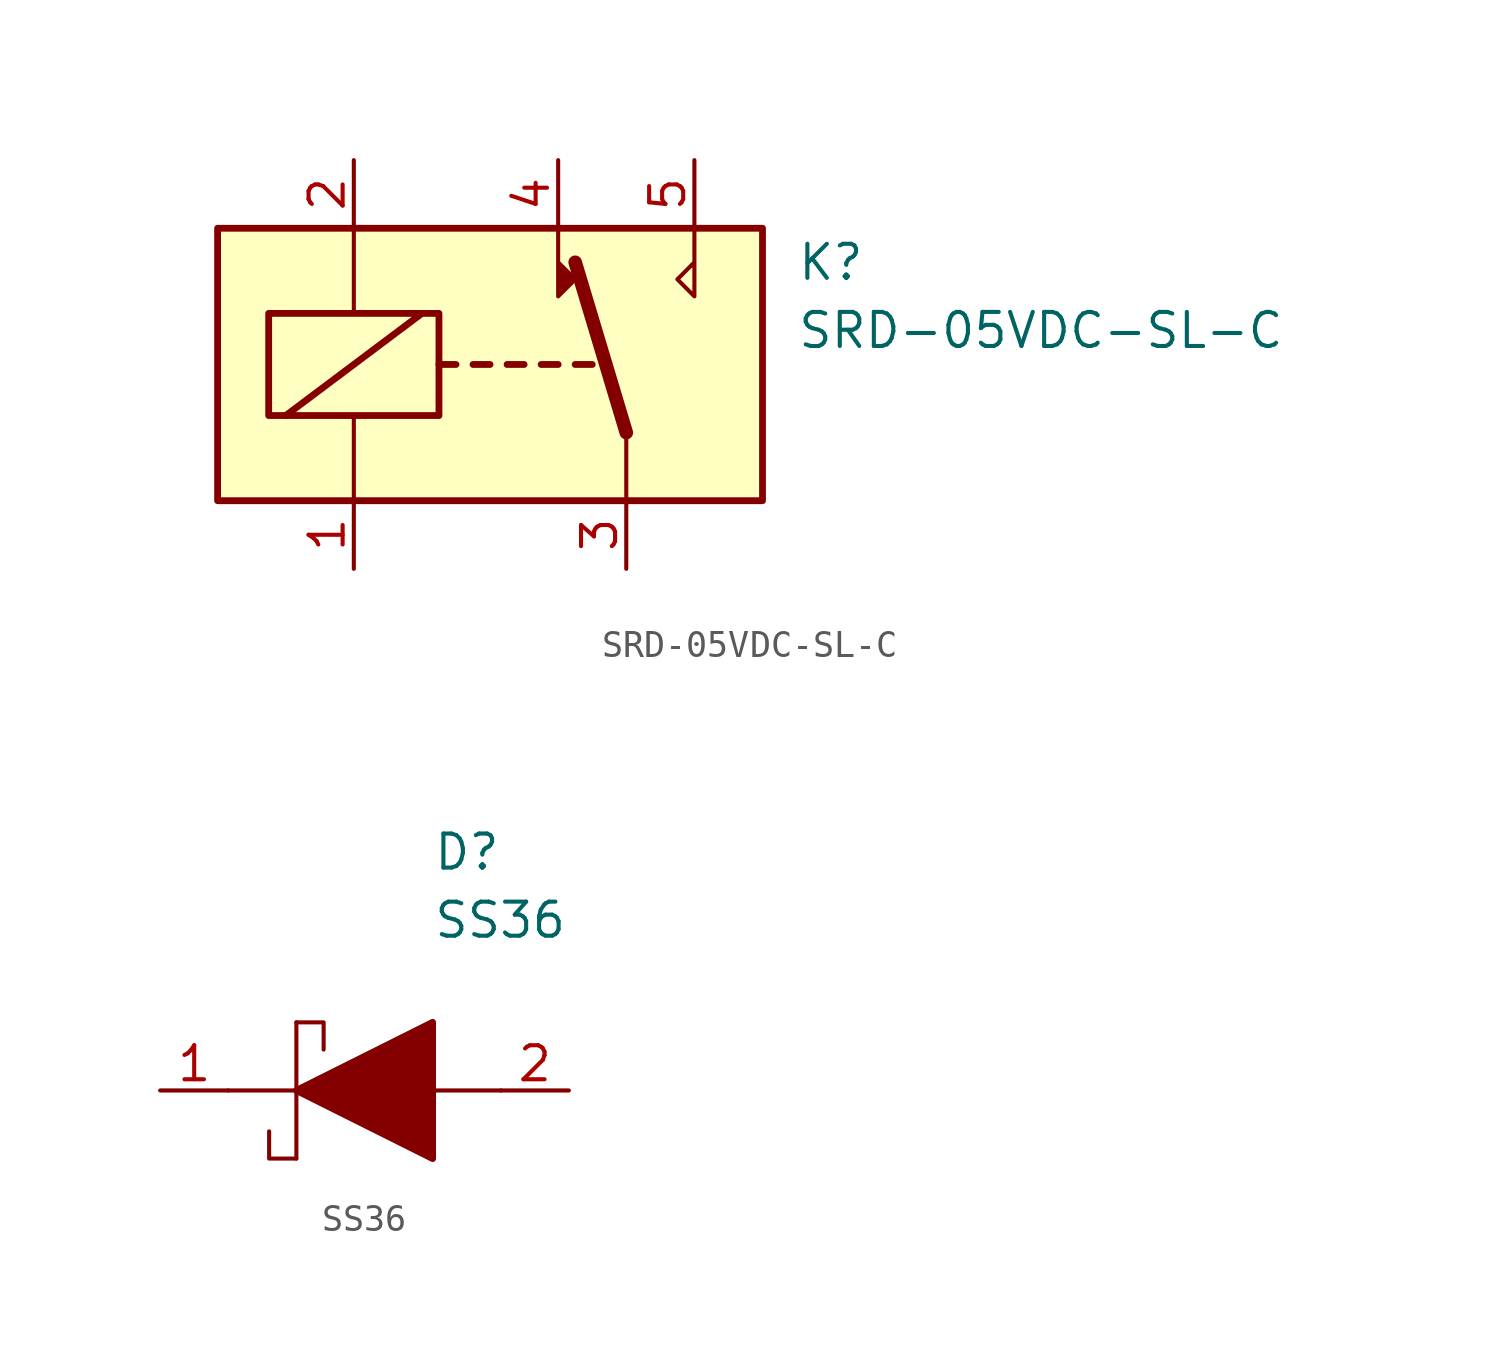
<source format=kicad_sym>
(kicad_symbol_lib
  (version 20231120)
  (generator "kicad_symbol_editor")
  (generator_version "8.0")
  (symbol "SRD-05VDC-SL-C"
    (property "Reference" "K"
      (at 11.43 3.81 0)
      (effects (font (size 1.27 1.27)) (justify left)))
    (property "Value" "SRD-05VDC-SL-C"
      (at 11.43 1.27 0)
      (effects (font (size 1.27 1.27)) (justify left)))
    (symbol "SRD-05VDC-SL-C_0_0"
      (polyline (pts (xy 7.62 5.08) (xy 7.62 2.54) (xy 6.985 3.175) (xy 7.62 3.81)) (stroke (width 0) (type solid)) (fill (type none))))
    (symbol "SRD-05VDC-SL-C_0_1"
      (rectangle (start -10.16 5.08) (end 10.16 -5.08) (stroke (width 0.254) (type solid)) (fill (type background)))
      (rectangle (start -8.255 1.905) (end -1.905 -1.905) (stroke (width 0.254) (type solid)) (fill (type none)))
      (polyline (pts (xy -7.62 -1.905) (xy -2.54 1.905)) (stroke (width 0.254) (type solid)) (fill (type none)))
      (polyline (pts (xy -5.08 -5.08) (xy -5.08 -1.905)) (stroke (width 0) (type solid)) (fill (type none)))
      (polyline (pts (xy -5.08 5.08) (xy -5.08 1.905)) (stroke (width 0) (type solid)) (fill (type none)))
      (polyline (pts (xy -1.905 0) (xy -1.27 0)) (stroke (width 0.254) (type solid)) (fill (type none)))
      (polyline (pts (xy -0.635 0) (xy 0 0)) (stroke (width 0.254) (type solid)) (fill (type none)))
      (polyline (pts (xy 0.635 0) (xy 1.27 0)) (stroke (width 0.254) (type solid)) (fill (type none)))
      (polyline (pts (xy 1.905 0) (xy 2.54 0)) (stroke (width 0.254) (type solid)) (fill (type none)))
      (polyline (pts (xy 3.175 0) (xy 3.81 0)) (stroke (width 0.254) (type solid)) (fill (type none)))
      (polyline (pts (xy 5.08 -2.54) (xy 3.175 3.81)) (stroke (width 0.508) (type solid)) (fill (type none)))
      (polyline (pts (xy 5.08 -2.54) (xy 5.08 -5.08)) (stroke (width 0) (type solid)) (fill (type none)))
      (polyline (pts (xy 2.54 5.08) (xy 2.54 2.54) (xy 3.175 3.175) (xy 2.54 3.81)) (stroke (width 0) (type solid)) (fill (type outline))))
    (symbol "SRD-05VDC-SL-C_1_1"
      (pin passive line (at -5.08 -7.62 90) (length 2.54) (name "~" (effects (font (size 1.27 1.27)))) (number "1" (effects (font (size 1.27 1.27)))))
      (pin passive line (at -5.08 7.62 270) (length 2.54) (name "~" (effects (font (size 1.27 1.27)))) (number "2" (effects (font (size 1.27 1.27)))))
      (pin passive line (at 5.08 -7.62 90) (length 2.54) (name "~" (effects (font (size 1.27 1.27)))) (number "3" (effects (font (size 1.27 1.27)))))
      (pin passive line (at 2.54 7.62 270) (length 2.54) (name "~" (effects (font (size 1.27 1.27)))) (number "4" (effects (font (size 1.27 1.27)))))
      (pin passive line (at 7.62 7.62 270) (length 2.54) (name "~" (effects (font (size 1.27 1.27)))) (number "5" (effects (font (size 1.27 1.27)))))))
  (symbol "SS36"
    (pin_names
      (offset 0.762))
    (property "Reference" "D"
      (at 12.7 8.89 0)
      (effects (font (size 1.27 1.27)) (justify left)))
    (property "Value" "SS36"
      (at 12.7 6.35 0)
      (effects (font (size 1.27 1.27)) (justify left)))
    (symbol "SS36_0_0"
      (pin passive line (at 2.54 0 0) (length 2.54) (name "~" (effects (font (size 1.27 1.27)))) (number "1" (effects (font (size 1.27 1.27)))))
      (pin passive line (at 17.78 0 180) (length 2.54) (name "~" (effects (font (size 1.27 1.27)))) (number "2" (effects (font (size 1.27 1.27))))))
    (symbol "SS36_0_1"
      (polyline (pts (xy 5.08 0) (xy 7.62 0)) (stroke (width 0.152) (type solid)) (fill (type none)))
      (polyline (pts (xy 7.62 2.54) (xy 7.62 -2.54)) (stroke (width 0.152) (type solid)) (fill (type none)))
      (polyline (pts (xy 12.7 0) (xy 15.24 0)) (stroke (width 0.152) (type solid)) (fill (type none)))
      (polyline (pts (xy 7.62 -2.54) (xy 6.604 -2.54) (xy 6.604 -1.524)) (stroke (width 0.152) (type solid)) (fill (type none)))
      (polyline (pts (xy 7.62 2.54) (xy 8.636 2.54) (xy 8.636 1.524)) (stroke (width 0.152) (type solid)) (fill (type none)))
      (polyline (pts (xy 7.62 0) (xy 12.7 2.54) (xy 12.7 -2.54) (xy 7.62 0)) (stroke (width 0.254) (type solid)) (fill (type outline))))))
</source>
